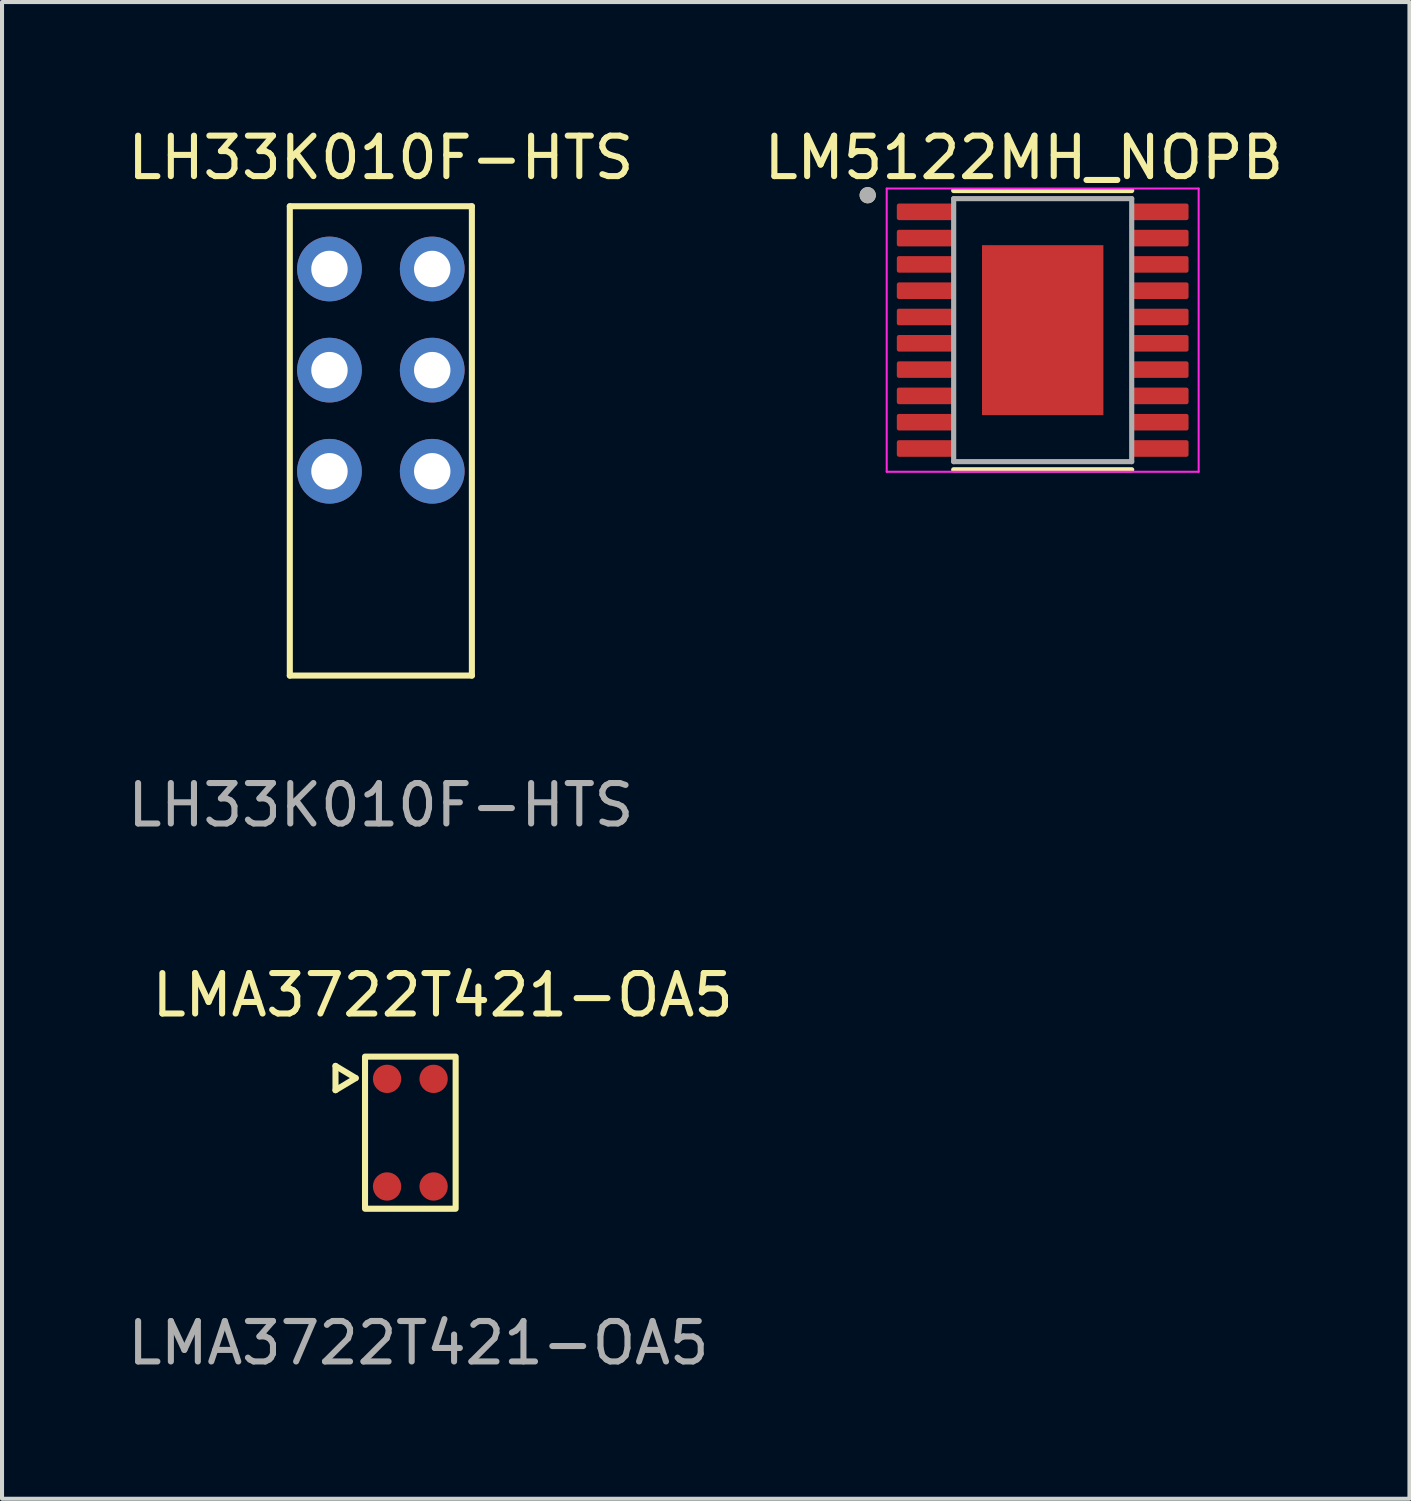
<source format=kicad_pcb>
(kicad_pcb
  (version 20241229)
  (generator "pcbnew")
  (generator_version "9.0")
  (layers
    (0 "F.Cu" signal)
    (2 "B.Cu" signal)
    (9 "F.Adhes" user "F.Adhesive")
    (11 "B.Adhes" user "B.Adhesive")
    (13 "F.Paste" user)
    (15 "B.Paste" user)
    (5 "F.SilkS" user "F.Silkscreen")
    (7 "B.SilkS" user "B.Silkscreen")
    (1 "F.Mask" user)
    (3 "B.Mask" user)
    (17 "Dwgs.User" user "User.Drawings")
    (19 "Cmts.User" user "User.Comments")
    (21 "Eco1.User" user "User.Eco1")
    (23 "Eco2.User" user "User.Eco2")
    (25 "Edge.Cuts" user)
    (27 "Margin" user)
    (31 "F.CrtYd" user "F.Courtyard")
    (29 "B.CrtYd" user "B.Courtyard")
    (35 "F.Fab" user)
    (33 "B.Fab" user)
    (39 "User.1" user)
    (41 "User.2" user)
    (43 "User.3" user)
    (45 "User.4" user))
  (footprint "LH33K010F-HTS"
    (layer "F.Cu")
    (at 6.363 6.098)
    (property "Reference" "LH33K010F-HTS" (at 0 -5.25 0) (unlocked yes) (layer "F.SilkS") (effects (font (size 1 1) (thickness 0.15))))
    (fp_line (start -2.25 -4.05) (end -2.25 7.55) (stroke (width 0.15) (type solid)) (layer "F.SilkS"))
    (fp_line (start -2.25 7.55) (end 2.25 7.55) (stroke (width 0.15) (type solid)) (layer "F.SilkS"))
    (fp_line (start 2.25 -4.05) (end -2.25 -4.05) (stroke (width 0.15) (type default)) (layer "F.SilkS"))
    (fp_line (start 2.25 -4.05) (end 2.25 7.55) (stroke (width 0.15) (type solid)) (layer "F.SilkS"))
    (fp_text user "${REFERENCE}" (at 0 10.75 0) (unlocked yes) (layer "F.Fab") (effects (font (size 1 1) (thickness 0.15))))
    (pad "A1" thru_hole circle (at -1.27 2.5) (size 1.6 1.6) (drill 0.9) (layers "*.Cu" "*.Mask"))
    (pad "A2" thru_hole circle (at -1.27 0) (size 1.6 1.6) (drill 0.9) (layers "*.Cu" "*.Mask"))
    (pad "A3" thru_hole circle (at -1.27 -2.5) (size 1.6 1.6) (drill 0.9) (layers "*.Cu" "*.Mask"))
    (pad "K1" thru_hole circle (at 1.27 2.5) (size 1.6 1.6) (drill 0.9) (layers "*.Cu" "*.Mask"))
    (pad "K2" thru_hole circle (at 1.27 0) (size 1.6 1.6) (drill 0.9) (layers "*.Cu" "*.Mask"))
    (pad "K3" thru_hole circle (at 1.27 -2.5) (size 1.6 1.6) (drill 0.9) (layers "*.Cu" "*.Mask")))
  (footprint "LMA3722T421-OA5"
    (layer "F.Cu")
    (at 7.092 24.945)
    (property "Reference" "LMA3722T421-OA5" (at 0.8 -3.4 0) (unlocked yes) (layer "F.SilkS") (effects (font (size 1 1) (thickness 0.15))))
    (fp_line (start -1.85 -1.65) (end -1.85 -1.05) (stroke (width 0.15) (type default)) (layer "F.SilkS"))
    (fp_line (start -1.85 -1.05) (end -1.35 -1.35) (stroke (width 0.15) (type default)) (layer "F.SilkS"))
    (fp_line (start -1.35 -1.35) (end -1.85 -1.65) (stroke (width 0.15) (type default)) (layer "F.SilkS"))
    (fp_rect (start -1.12 -1.88) (end 1.12 1.88) (stroke (width 0.15) (type solid)) (fill no) (layer "F.SilkS"))
    (fp_text user "${REFERENCE}" (at 0.2 5.2 0) (unlocked yes) (layer "F.Fab") (effects (font (size 1 1) (thickness 0.15))))
    (pad "1" smd circle (at -0.575 -1.33) (size 0.7 0.7) (layers "F.Cu" "F.Mask" "F.Paste"))
    (pad "2" smd circle (at -0.575 1.33) (size 0.7 0.7) (layers "F.Cu" "F.Mask" "F.Paste"))
    (pad "3" smd circle (at 0.575 1.33) (size 0.7 0.7) (layers "F.Cu" "F.Mask" "F.Paste"))
    (pad "4" smd circle (at 0.575 -1.33) (size 0.7 0.7) (layers "F.Cu" "F.Mask" "F.Paste")))
  (footprint "LM5122MH_NOPB"
    (layer "F.Cu")
    (at 22.721 5.11)
    (property "Reference" "LM5122MH_NOPB" (at -0.465 -4.262 0) (layer "F.SilkS") (effects (font (size 1 1) (thickness 0.15))))
    (attr smd)
    (fp_line (start -2.2 -3.45) (end 2.2 -3.45) (stroke (width 0.127) (type solid)) (layer "F.SilkS"))
    (fp_line (start -2.2 3.45) (end 2.2 3.45) (stroke (width 0.127) (type solid)) (layer "F.SilkS"))
    (fp_circle (center -4.325 -3.335) (end -4.225 -3.335) (stroke (width 0.2) (type solid)) (fill no) (layer "F.SilkS"))
    (fp_poly (pts (xy -0.75 -1.05) (xy 0.75 -1.05) (xy 0.75 1.05) (xy -0.75 1.05)) (stroke (width 0.01) (type solid)) (fill yes) (layer "F.Paste"))
    (fp_line (start -3.855 -3.5) (end -3.855 3.5) (stroke (width 0.05) (type solid)) (layer "F.CrtYd"))
    (fp_line (start -3.855 -3.5) (end 3.855 -3.5) (stroke (width 0.05) (type solid)) (layer "F.CrtYd"))
    (fp_line (start -3.855 3.5) (end 3.855 3.5) (stroke (width 0.05) (type solid)) (layer "F.CrtYd"))
    (fp_line (start 3.855 -3.5) (end 3.855 3.5) (stroke (width 0.05) (type solid)) (layer "F.CrtYd"))
    (fp_line (start -2.2 -3.25) (end -2.2 3.25) (stroke (width 0.127) (type solid)) (layer "F.Fab"))
    (fp_line (start -2.2 -3.25) (end 2.2 -3.25) (stroke (width 0.127) (type solid)) (layer "F.Fab"))
    (fp_line (start -2.2 3.25) (end 2.2 3.25) (stroke (width 0.127) (type solid)) (layer "F.Fab"))
    (fp_line (start 2.2 -3.25) (end 2.2 3.25) (stroke (width 0.127) (type solid)) (layer "F.Fab"))
    (fp_circle (center -4.325 -3.335) (end -4.225 -3.335) (stroke (width 0.2) (type solid)) (fill no) (layer "F.Fab"))
    (pad "1" smd roundrect (at -2.885 -2.925) (size 1.44 0.41) (layers "F.Cu" "F.Mask" "F.Paste") (roundrect_rratio 0.125))
    (pad "2" smd roundrect (at -2.885 -2.275) (size 1.44 0.41) (layers "F.Cu" "F.Mask" "F.Paste") (roundrect_rratio 0.125))
    (pad "3" smd roundrect (at -2.885 -1.625) (size 1.44 0.41) (layers "F.Cu" "F.Mask" "F.Paste") (roundrect_rratio 0.125))
    (pad "4" smd roundrect (at -2.885 -0.975) (size 1.44 0.41) (layers "F.Cu" "F.Mask" "F.Paste") (roundrect_rratio 0.125))
    (pad "5" smd roundrect (at -2.885 -0.325) (size 1.44 0.41) (layers "F.Cu" "F.Mask" "F.Paste") (roundrect_rratio 0.125))
    (pad "6" smd roundrect (at -2.885 0.325) (size 1.44 0.41) (layers "F.Cu" "F.Mask" "F.Paste") (roundrect_rratio 0.125))
    (pad "7" smd roundrect (at -2.885 0.975) (size 1.44 0.41) (layers "F.Cu" "F.Mask" "F.Paste") (roundrect_rratio 0.125))
    (pad "8" smd roundrect (at -2.885 1.625) (size 1.44 0.41) (layers "F.Cu" "F.Mask" "F.Paste") (roundrect_rratio 0.125))
    (pad "9" smd roundrect (at -2.885 2.275) (size 1.44 0.41) (layers "F.Cu" "F.Mask" "F.Paste") (roundrect_rratio 0.125))
    (pad "10" smd roundrect (at -2.885 2.925) (size 1.44 0.41) (layers "F.Cu" "F.Mask" "F.Paste") (roundrect_rratio 0.125))
    (pad "11" smd roundrect (at 2.885 2.925) (size 1.44 0.41) (layers "F.Cu" "F.Mask" "F.Paste") (roundrect_rratio 0.125))
    (pad "12" smd roundrect (at 2.885 2.275) (size 1.44 0.41) (layers "F.Cu" "F.Mask" "F.Paste") (roundrect_rratio 0.125))
    (pad "13" smd roundrect (at 2.885 1.625) (size 1.44 0.41) (layers "F.Cu" "F.Mask" "F.Paste") (roundrect_rratio 0.125))
    (pad "14" smd roundrect (at 2.885 0.975) (size 1.44 0.41) (layers "F.Cu" "F.Mask" "F.Paste") (roundrect_rratio 0.125))
    (pad "15" smd roundrect (at 2.885 0.325) (size 1.44 0.41) (layers "F.Cu" "F.Mask" "F.Paste") (roundrect_rratio 0.125))
    (pad "16" smd roundrect (at 2.885 -0.325) (size 1.44 0.41) (layers "F.Cu" "F.Mask" "F.Paste") (roundrect_rratio 0.125))
    (pad "17" smd roundrect (at 2.885 -0.975) (size 1.44 0.41) (layers "F.Cu" "F.Mask" "F.Paste") (roundrect_rratio 0.125))
    (pad "18" smd roundrect (at 2.885 -1.625) (size 1.44 0.41) (layers "F.Cu" "F.Mask" "F.Paste") (roundrect_rratio 0.125))
    (pad "19" smd roundrect (at 2.885 -2.275) (size 1.44 0.41) (layers "F.Cu" "F.Mask" "F.Paste") (roundrect_rratio 0.125))
    (pad "20" smd roundrect (at 2.885 -2.925) (size 1.44 0.41) (layers "F.Cu" "F.Mask" "F.Paste") (roundrect_rratio 0.125))
    (pad "21" smd rect (at 0 0) (size 3 4.2) (layers "F.Cu" "F.Mask")))
  (gr_rect
    (start -3 -3)
    (end 31.786 33.993)
    (stroke (width 0.1) (type default))
    (fill no)
    (layer "Edge.Cuts")))
</source>
